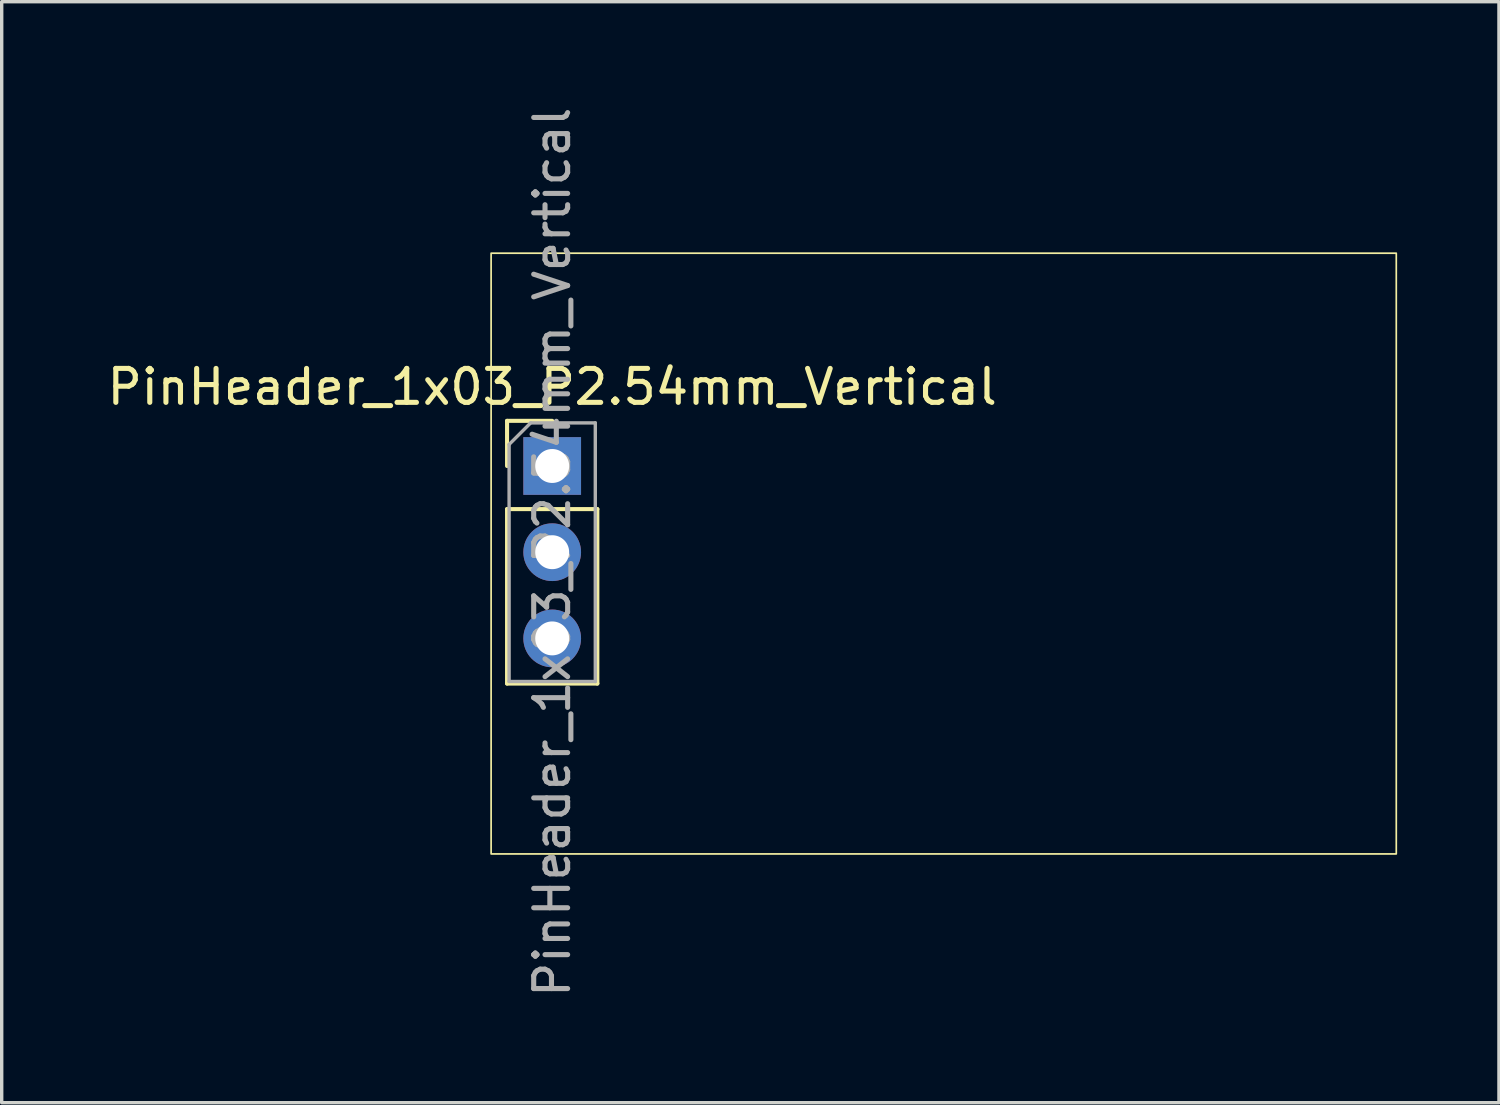
<source format=kicad_pcb>
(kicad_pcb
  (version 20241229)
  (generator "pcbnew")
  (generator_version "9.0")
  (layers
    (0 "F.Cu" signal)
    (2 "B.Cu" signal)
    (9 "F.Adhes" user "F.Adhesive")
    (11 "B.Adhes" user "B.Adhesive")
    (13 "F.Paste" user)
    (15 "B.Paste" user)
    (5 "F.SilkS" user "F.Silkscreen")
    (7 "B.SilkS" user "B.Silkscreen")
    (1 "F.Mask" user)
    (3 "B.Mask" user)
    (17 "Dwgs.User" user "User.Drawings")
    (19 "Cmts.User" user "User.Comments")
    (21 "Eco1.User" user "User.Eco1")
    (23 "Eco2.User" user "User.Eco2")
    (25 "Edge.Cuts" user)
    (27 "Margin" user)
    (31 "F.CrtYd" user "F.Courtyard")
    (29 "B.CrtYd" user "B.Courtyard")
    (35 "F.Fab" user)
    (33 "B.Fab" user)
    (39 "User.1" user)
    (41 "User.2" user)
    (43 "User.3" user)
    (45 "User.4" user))
  (footprint "PinHeader_1x03_P2.54mm_Vertical"
    (layer "F.Cu")
    (at 13.22 10.68)
    (property "Reference" "PinHeader_1x03_P2.54mm_Vertical" (at 0 -2.33 0) (layer "F.SilkS") (effects (font (size 1 1) (thickness 0.15))))
    (attr through_hole)
    (fp_line (start -1.33 -1.33) (end 0 -1.33) (stroke (width 0.12) (type solid)) (layer "F.SilkS"))
    (fp_line (start -1.33 0) (end -1.33 -1.33) (stroke (width 0.12) (type solid)) (layer "F.SilkS"))
    (fp_line (start -1.33 1.27) (end -1.33 6.41) (stroke (width 0.12) (type solid)) (layer "F.SilkS"))
    (fp_line (start -1.33 1.27) (end 1.33 1.27) (stroke (width 0.12) (type solid)) (layer "F.SilkS"))
    (fp_line (start -1.33 6.41) (end 1.33 6.41) (stroke (width 0.12) (type solid)) (layer "F.SilkS"))
    (fp_line (start 1.33 1.27) (end 1.33 6.41) (stroke (width 0.12) (type solid)) (layer "F.SilkS"))
    (fp_rect (start -1.8 -6.27) (end 24.87 11.43) (stroke (width 0.05) (type default)) (fill no) (layer "F.SilkS"))
    (fp_line (start -1.27 -0.635) (end -0.635 -1.27) (stroke (width 0.1) (type solid)) (layer "F.Fab"))
    (fp_line (start -1.27 6.35) (end -1.27 -0.635) (stroke (width 0.1) (type solid)) (layer "F.Fab"))
    (fp_line (start -0.635 -1.27) (end 1.27 -1.27) (stroke (width 0.1) (type solid)) (layer "F.Fab"))
    (fp_line (start 1.27 -1.27) (end 1.27 6.35) (stroke (width 0.1) (type solid)) (layer "F.Fab"))
    (fp_line (start 1.27 6.35) (end -1.27 6.35) (stroke (width 0.1) (type solid)) (layer "F.Fab"))
    (fp_text user "${REFERENCE}" (at 0 2.54 90) (layer "F.Fab") (effects (font (size 1 1) (thickness 0.15))))
    (pad "1" thru_hole oval (at 0 2.54) (size 1.7 1.7) (drill 1) (layers "*.Cu" "*.Mask"))
    (pad "2" thru_hole oval (at 0 5.08) (size 1.7 1.7) (drill 1) (layers "*.Cu" "*.Mask"))
    (pad "4" thru_hole rect (at 0 0) (size 1.7 1.7) (drill 1) (layers "*.Cu" "*.Mask")))
  (gr_rect
    (start -3 -3)
    (end 41.115 29.44)
    (stroke (width 0.1) (type default))
    (fill no)
    (layer "Edge.Cuts")))
</source>
